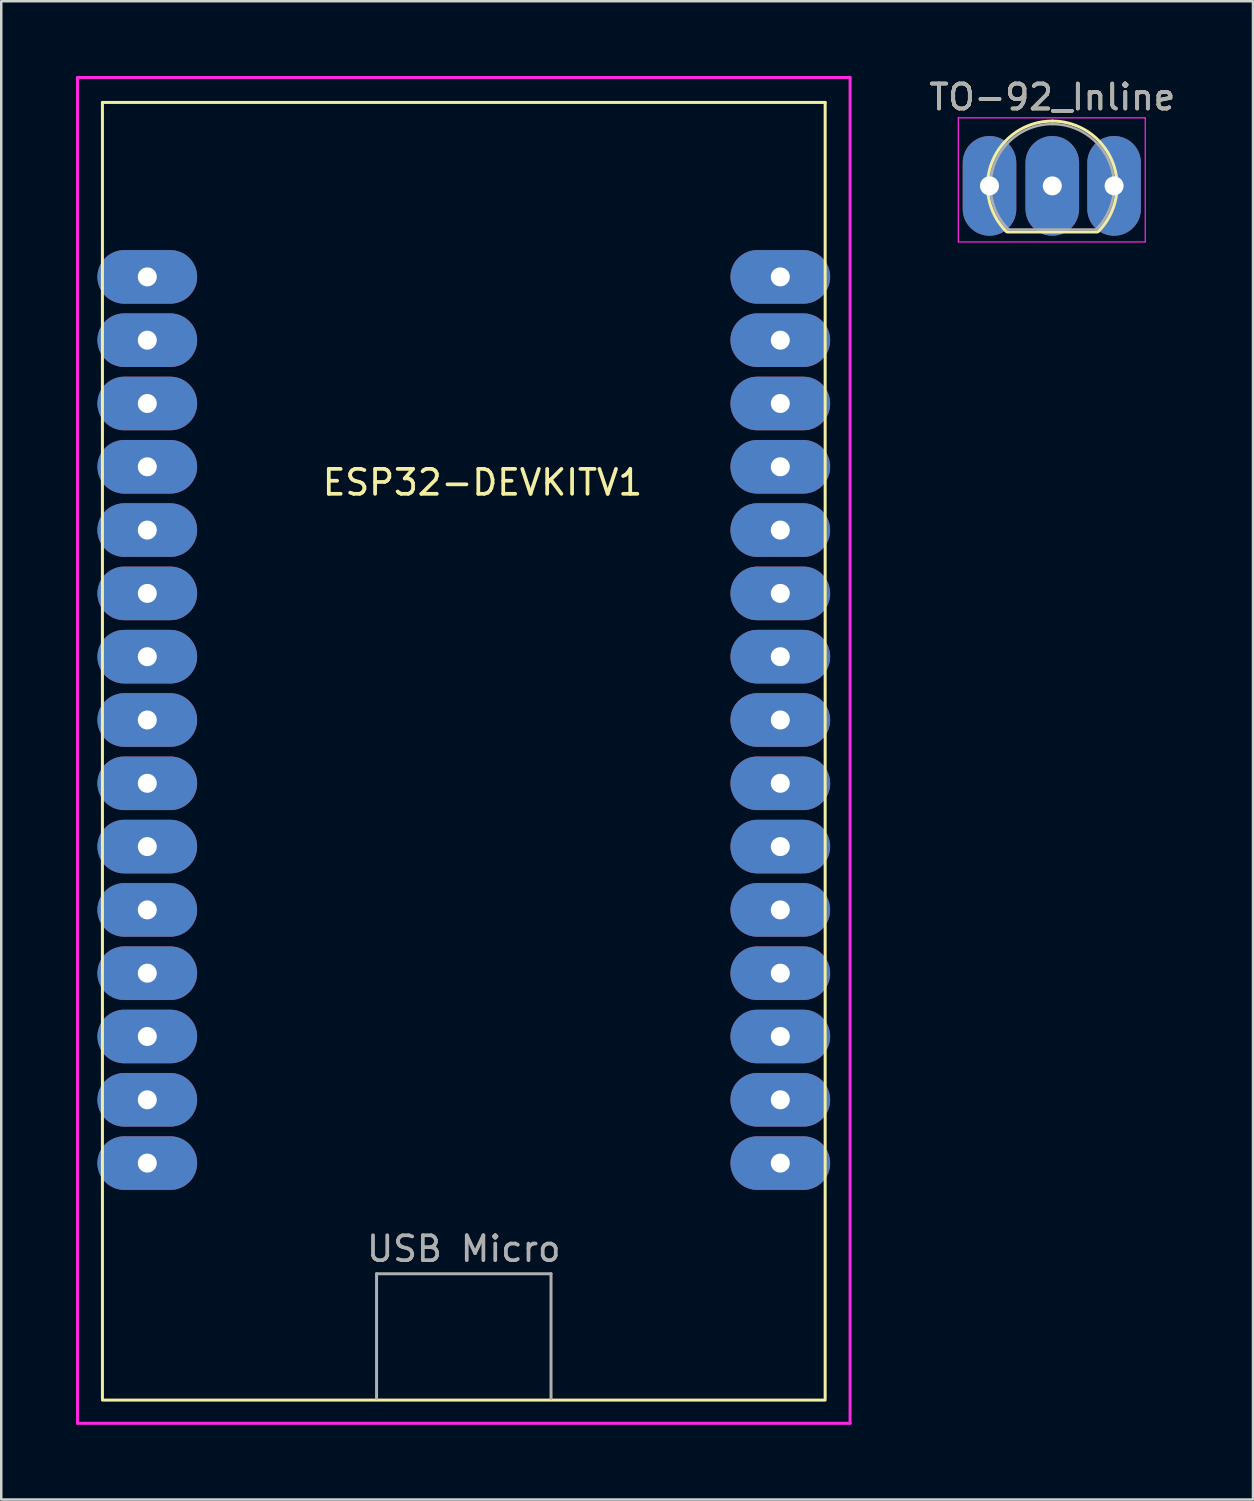
<source format=kicad_pcb>
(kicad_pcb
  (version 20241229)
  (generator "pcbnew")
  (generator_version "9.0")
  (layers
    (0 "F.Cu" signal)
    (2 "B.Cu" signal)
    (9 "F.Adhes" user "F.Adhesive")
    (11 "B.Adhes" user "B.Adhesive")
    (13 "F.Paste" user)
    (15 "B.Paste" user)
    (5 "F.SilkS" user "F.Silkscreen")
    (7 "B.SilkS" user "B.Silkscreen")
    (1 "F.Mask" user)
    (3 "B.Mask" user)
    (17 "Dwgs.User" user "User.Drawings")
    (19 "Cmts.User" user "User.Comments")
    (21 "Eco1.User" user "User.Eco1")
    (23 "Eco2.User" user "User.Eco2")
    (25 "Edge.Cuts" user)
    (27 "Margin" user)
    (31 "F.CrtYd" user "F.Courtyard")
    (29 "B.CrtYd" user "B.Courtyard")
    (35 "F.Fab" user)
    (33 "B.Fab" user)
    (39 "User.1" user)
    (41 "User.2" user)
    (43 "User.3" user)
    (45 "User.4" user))
  (footprint "TO-92_Inline"
    (layer "F.Cu")
    (at 37.904 4.408)
    (property "Reference" "TO-92_Inline" (at 1.27 -3.56 0) (layer "F.SilkS") (effects (font (size 1 1) (thickness 0.15))))
    (attr through_hole)
    (fp_line (start -0.53 1.85) (end 3.07 1.85) (stroke (width 0.12) (type solid)) (layer "F.SilkS"))
    (fp_arc (start -0.568478 1.838478) (mid -1.132087 -0.994977) (end 1.27 -2.6) (stroke (width 0.12) (type solid)) (layer "F.SilkS"))
    (fp_arc (start 1.27 -2.6) (mid 3.672087 -0.994977) (end 3.108478 1.838478) (stroke (width 0.12) (type solid)) (layer "F.SilkS"))
    (fp_line (start -2.5 -2.75) (end -2.5 2.25) (stroke (width 0.05) (type solid)) (layer "F.CrtYd"))
    (fp_line (start -2.5 -2.73) (end 5 -2.73) (stroke (width 0.05) (type solid)) (layer "F.CrtYd"))
    (fp_line (start 5 2.25) (end -2.5 2.25) (stroke (width 0.05) (type solid)) (layer "F.CrtYd"))
    (fp_line (start 5 2.25) (end 5 -2.73) (stroke (width 0.05) (type solid)) (layer "F.CrtYd"))
    (fp_line (start -0.5 1.75) (end 3 1.75) (stroke (width 0.1) (type solid)) (layer "F.Fab"))
    (fp_arc (start -0.483625 1.753625) (mid -1.021221 -0.949055) (end 1.27 -2.48) (stroke (width 0.1) (type solid)) (layer "F.Fab"))
    (fp_arc (start 1.27 -2.48) (mid 3.561221 -0.949055) (end 3.023625 1.753625) (stroke (width 0.1) (type solid)) (layer "F.Fab"))
    (fp_text user "${REFERENCE}" (at 1.27 -3.56 0) (layer "F.Fab") (effects (font (size 1 1) (thickness 0.15))))
    (pad "1" thru_hole oval (at -1.25 0) (size 2.15 4) (drill 0.762) (layers "*.Cu" "*.Mask"))
    (pad "2" thru_hole oval (at 1.27 0) (size 2.15 4) (drill 0.762) (layers "*.Cu" "*.Mask"))
    (pad "3" thru_hole oval (at 3.75 0) (size 2.15 4) (drill 0.762) (layers "*.Cu" "*.Mask")))
  (footprint "ESP32-DEVKITV1"
    (layer "F.Cu")
    (at 1.06 1.06)
    (property "Reference" "ESP32-DEVKITV1" (at 15.25 15.25 0) (layer "F.SilkS") (effects (font (size 1 1) (thickness 0.15))))
    (attr through_hole)
    (fp_line (start 0 0) (end 0 52) (stroke (width 0.12) (type solid)) (layer "F.SilkS"))
    (fp_line (start 0 52.07) (end 29 52.07) (stroke (width 0.12) (type solid)) (layer "F.SilkS"))
    (fp_line (start 29 0) (end 0 0) (stroke (width 0.12) (type solid)) (layer "F.SilkS"))
    (fp_line (start 29 52) (end 29 0) (stroke (width 0.12) (type solid)) (layer "F.SilkS"))
    (fp_line (start -1 -1) (end -1 53) (stroke (width 0.12) (type solid)) (layer "F.CrtYd"))
    (fp_line (start -1 53) (end 30 53) (stroke (width 0.12) (type solid)) (layer "F.CrtYd"))
    (fp_line (start 30 -1) (end -1 -1) (stroke (width 0.12) (type solid)) (layer "F.CrtYd"))
    (fp_line (start 30 53) (end 30 -1) (stroke (width 0.12) (type solid)) (layer "F.CrtYd"))
    (fp_line (start 11 47) (end 18 47) (stroke (width 0.12) (type solid)) (layer "F.Fab"))
    (fp_line (start 11 52) (end 11 47) (stroke (width 0.12) (type solid)) (layer "F.Fab"))
    (fp_line (start 18 47) (end 18 52) (stroke (width 0.12) (type solid)) (layer "F.Fab"))
    (fp_text user "USB Micro" (at 14.5 46 0) (layer "F.Fab") (effects (font (size 1 1) (thickness 0.15))))
    (pad "1" thru_hole oval (at 1.8 7) (size 4 2.15) (drill 0.762) (layers "*.Cu" "*.Mask"))
    (pad "2" thru_hole oval (at 1.8 9.54) (size 4 2.15) (drill 0.762) (layers "*.Cu" "*.Mask"))
    (pad "3" thru_hole oval (at 1.8 12.08) (size 4 2.15) (drill 0.762) (layers "*.Cu" "*.Mask"))
    (pad "4" thru_hole oval (at 1.8 14.62) (size 4 2.15) (drill 0.762) (layers "*.Cu" "*.Mask"))
    (pad "5" thru_hole oval (at 1.8 17.16) (size 4 2.15) (drill 0.762) (layers "*.Cu" "*.Mask"))
    (pad "6" thru_hole oval (at 1.8 19.7) (size 4 2.15) (drill 0.762) (layers "*.Cu" "*.Mask"))
    (pad "7" thru_hole oval (at 1.8 22.24) (size 4 2.15) (drill 0.762) (layers "*.Cu" "*.Mask"))
    (pad "8" thru_hole oval (at 1.8 24.78) (size 4 2.15) (drill 0.762) (layers "*.Cu" "*.Mask"))
    (pad "9" thru_hole oval (at 1.8 27.32) (size 4 2.15) (drill 0.762) (layers "*.Cu" "*.Mask"))
    (pad "10" thru_hole oval (at 1.8 29.86) (size 4 2.15) (drill 0.762) (layers "*.Cu" "*.Mask"))
    (pad "11" thru_hole oval (at 1.8 32.4) (size 4 2.15) (drill 0.762) (layers "*.Cu" "*.Mask"))
    (pad "12" thru_hole oval (at 1.8 34.94) (size 4 2.15) (drill 0.762) (layers "*.Cu" "*.Mask"))
    (pad "13" thru_hole oval (at 1.8 37.48) (size 4 2.15) (drill 0.762) (layers "*.Cu" "*.Mask"))
    (pad "14" thru_hole oval (at 1.8 40.02) (size 4 2.15) (drill 0.762) (layers "*.Cu" "*.Mask"))
    (pad "15" thru_hole oval (at 1.8 42.56) (size 4 2.15) (drill 0.762) (layers "*.Cu" "*.Mask"))
    (pad "16" thru_hole oval (at 27.2 7) (size 4 2.15) (drill 0.762) (layers "*.Cu" "*.Mask"))
    (pad "17" thru_hole oval (at 27.2 9.54) (size 4 2.15) (drill 0.762) (layers "*.Cu" "*.Mask"))
    (pad "18" thru_hole oval (at 27.2 12.08) (size 4 2.15) (drill 0.762) (layers "*.Cu" "*.Mask"))
    (pad "19" thru_hole oval (at 27.2 14.62) (size 4 2.15) (drill 0.762) (layers "*.Cu" "*.Mask"))
    (pad "20" thru_hole oval (at 27.2 17.16) (size 4 2.15) (drill 0.762) (layers "*.Cu" "*.Mask"))
    (pad "21" thru_hole oval (at 27.2 19.7) (size 4 2.15) (drill 0.762) (layers "*.Cu" "*.Mask"))
    (pad "22" thru_hole oval (at 27.2 22.24) (size 4 2.15) (drill 0.762) (layers "*.Cu" "*.Mask"))
    (pad "23" thru_hole oval (at 27.2 24.78) (size 4 2.15) (drill 0.762) (layers "*.Cu" "*.Mask"))
    (pad "24" thru_hole oval (at 27.2 27.32) (size 4 2.15) (drill 0.762) (layers "*.Cu" "*.Mask"))
    (pad "25" thru_hole oval (at 27.2 29.86) (size 4 2.15) (drill 0.762) (layers "*.Cu" "*.Mask"))
    (pad "26" thru_hole oval (at 27.2 32.4) (size 4 2.15) (drill 0.762) (layers "*.Cu" "*.Mask"))
    (pad "27" thru_hole oval (at 27.2 34.94) (size 4 2.15) (drill 0.762) (layers "*.Cu" "*.Mask"))
    (pad "28" thru_hole oval (at 27.2 37.48) (size 4 2.15) (drill 0.762) (layers "*.Cu" "*.Mask"))
    (pad "29" thru_hole oval (at 27.2 40.02) (size 4 2.15) (drill 0.762) (layers "*.Cu" "*.Mask"))
    (pad "30" thru_hole oval (at 27.2 42.56) (size 4 2.15) (drill 0.762) (layers "*.Cu" "*.Mask")))
  (gr_rect
    (start -3 -3)
    (end 47.227 57.12)
    (stroke (width 0.1) (type default))
    (fill no)
    (layer "Edge.Cuts")))
</source>
